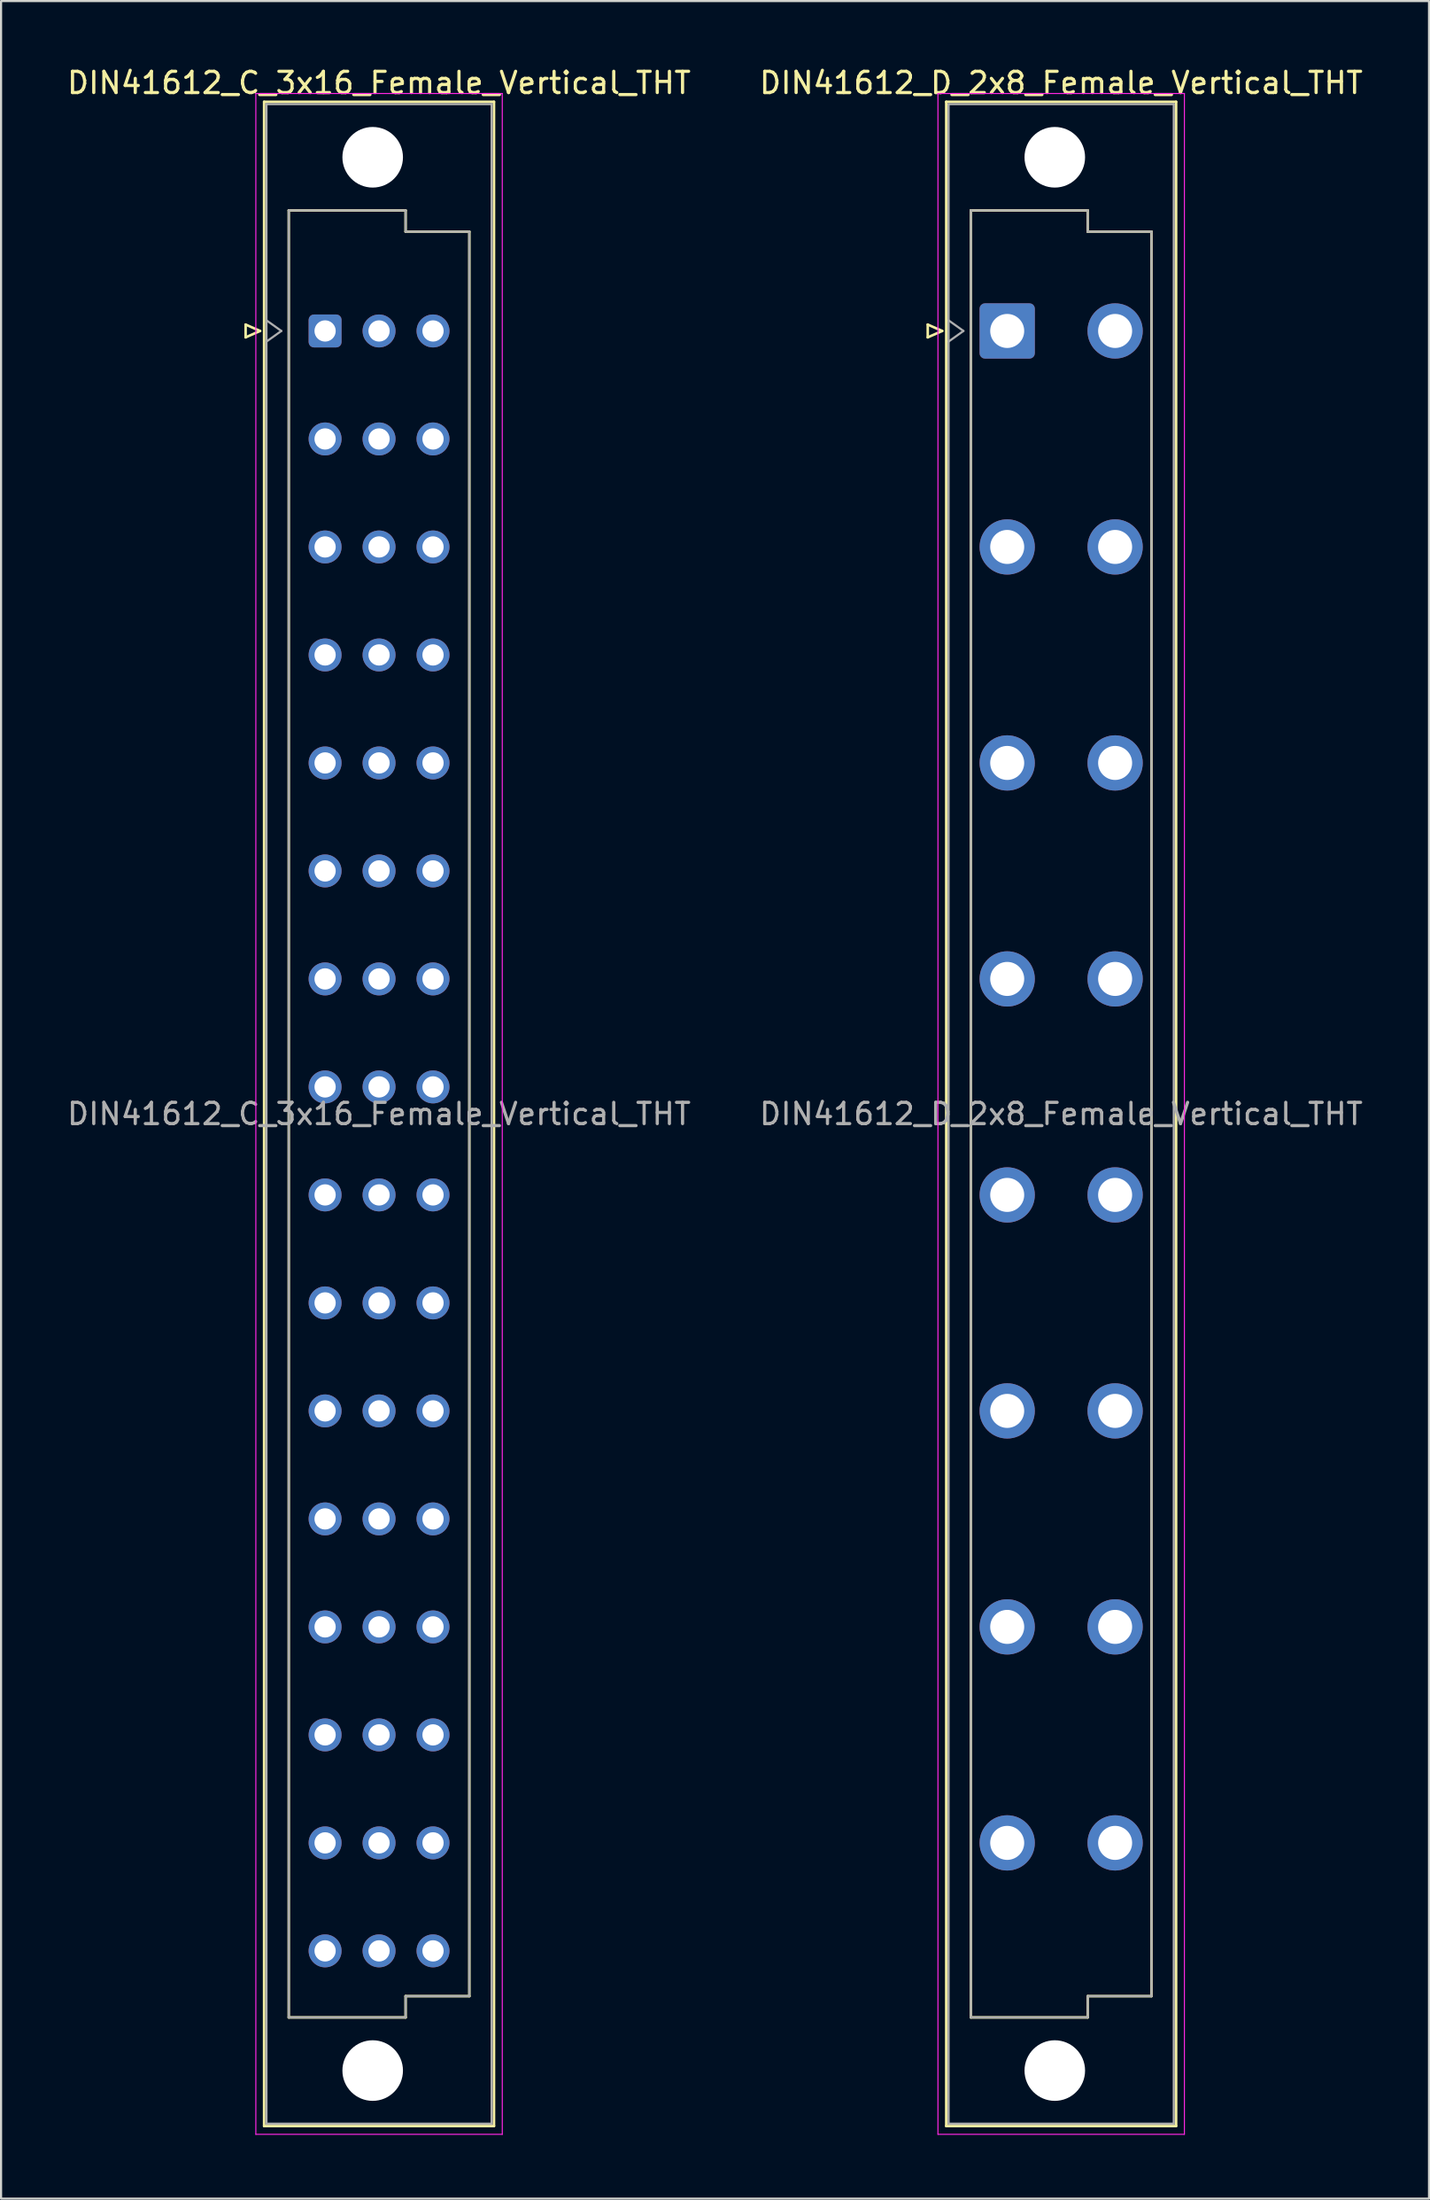
<source format=kicad_pcb>
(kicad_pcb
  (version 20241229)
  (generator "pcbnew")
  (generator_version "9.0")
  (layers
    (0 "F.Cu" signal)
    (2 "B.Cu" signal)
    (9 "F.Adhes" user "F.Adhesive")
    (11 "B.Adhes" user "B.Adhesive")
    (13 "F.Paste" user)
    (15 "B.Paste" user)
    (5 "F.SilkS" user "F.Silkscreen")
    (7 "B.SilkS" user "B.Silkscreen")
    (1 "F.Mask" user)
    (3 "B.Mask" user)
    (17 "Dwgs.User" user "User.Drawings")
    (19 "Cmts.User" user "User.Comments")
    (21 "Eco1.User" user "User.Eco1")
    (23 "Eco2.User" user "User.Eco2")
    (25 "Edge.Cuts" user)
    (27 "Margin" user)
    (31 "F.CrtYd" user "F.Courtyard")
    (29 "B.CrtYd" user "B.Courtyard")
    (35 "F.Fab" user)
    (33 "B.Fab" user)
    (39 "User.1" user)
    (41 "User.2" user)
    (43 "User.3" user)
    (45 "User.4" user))
  (footprint "DIN41612_D_2x8_Female_Vertical_THT"
    (layer "F.Cu")
    (at 44.359 9.978)
    (property "Reference" "DIN41612_D_2x8_Female_Vertical_THT" (at 2.54 -9.13 0) (layer "F.SilkS") (effects (font (size 1 1) (thickness 0.15))))
    (attr through_hole)
    (fp_line (start -3.74 2.24) (end -3.74 2.84) (stroke (width 0.12) (type solid)) (layer "F.SilkS"))
    (fp_line (start -3.74 2.84) (end -3.06 2.54) (stroke (width 0.12) (type solid)) (layer "F.SilkS"))
    (fp_line (start -3.06 2.54) (end -3.74 2.24) (stroke (width 0.12) (type solid)) (layer "F.SilkS"))
    (fp_line (start -2.87 -8.24) (end 7.95 -8.24) (stroke (width 0.12) (type solid)) (layer "F.SilkS"))
    (fp_line (start -2.87 86.98) (end -2.87 -8.24) (stroke (width 0.12) (type solid)) (layer "F.SilkS"))
    (fp_line (start -1.71 -3.131) (end 3.79 -3.131) (stroke (width 0.12) (type solid)) (layer "F.SilkS"))
    (fp_line (start -1.71 81.87) (end -1.71 -3.131) (stroke (width 0.12) (type solid)) (layer "F.SilkS"))
    (fp_line (start 3.79 -3.131) (end 3.79 -2.131) (stroke (width 0.12) (type solid)) (layer "F.SilkS"))
    (fp_line (start 3.79 -2.131) (end 6.79 -2.131) (stroke (width 0.12) (type solid)) (layer "F.SilkS"))
    (fp_line (start 3.79 80.87) (end 3.79 81.87) (stroke (width 0.12) (type solid)) (layer "F.SilkS"))
    (fp_line (start 3.79 81.87) (end -1.71 81.87) (stroke (width 0.12) (type solid)) (layer "F.SilkS"))
    (fp_line (start 6.79 -2.131) (end 6.79 80.87) (stroke (width 0.12) (type solid)) (layer "F.SilkS"))
    (fp_line (start 6.79 80.87) (end 3.79 80.87) (stroke (width 0.12) (type solid)) (layer "F.SilkS"))
    (fp_line (start 7.95 -8.24) (end 7.95 86.98) (stroke (width 0.12) (type solid)) (layer "F.SilkS"))
    (fp_line (start 7.95 86.98) (end -2.87 86.98) (stroke (width 0.12) (type solid)) (layer "F.SilkS"))
    (fp_line (start -3.26 -8.63) (end 8.34 -8.63) (stroke (width 0.05) (type solid)) (layer "F.CrtYd"))
    (fp_line (start -3.26 87.37) (end -3.26 -8.63) (stroke (width 0.05) (type solid)) (layer "F.CrtYd"))
    (fp_line (start 8.34 -8.63) (end 8.34 87.37) (stroke (width 0.05) (type solid)) (layer "F.CrtYd"))
    (fp_line (start 8.34 87.37) (end -3.26 87.37) (stroke (width 0.05) (type solid)) (layer "F.CrtYd"))
    (fp_line (start -2.76 -8.13) (end 7.84 -8.13) (stroke (width 0.1) (type solid)) (layer "F.Fab"))
    (fp_line (start -2.76 2.04) (end -2.06 2.54) (stroke (width 0.1) (type solid)) (layer "F.Fab"))
    (fp_line (start -2.76 86.87) (end -2.76 -8.13) (stroke (width 0.1) (type solid)) (layer "F.Fab"))
    (fp_line (start -2.06 2.54) (end -2.76 3.04) (stroke (width 0.1) (type solid)) (layer "F.Fab"))
    (fp_line (start -1.71 -3.13) (end 3.79 -3.13) (stroke (width 0.1) (type solid)) (layer "F.Fab"))
    (fp_line (start -1.71 81.87) (end -1.71 -3.13) (stroke (width 0.1) (type solid)) (layer "F.Fab"))
    (fp_line (start 3.79 -3.13) (end 3.79 -2.13) (stroke (width 0.1) (type solid)) (layer "F.Fab"))
    (fp_line (start 3.79 -2.13) (end 6.79 -2.13) (stroke (width 0.1) (type solid)) (layer "F.Fab"))
    (fp_line (start 3.79 80.87) (end 3.79 81.87) (stroke (width 0.1) (type solid)) (layer "F.Fab"))
    (fp_line (start 3.79 81.87) (end -1.71 81.87) (stroke (width 0.1) (type solid)) (layer "F.Fab"))
    (fp_line (start 6.79 -2.13) (end 6.79 80.87) (stroke (width 0.1) (type solid)) (layer "F.Fab"))
    (fp_line (start 6.79 80.87) (end 3.79 80.87) (stroke (width 0.1) (type solid)) (layer "F.Fab"))
    (fp_line (start 7.84 -8.13) (end 7.84 86.87) (stroke (width 0.1) (type solid)) (layer "F.Fab"))
    (fp_line (start 7.84 86.87) (end -2.76 86.87) (stroke (width 0.1) (type solid)) (layer "F.Fab"))
    (fp_text user "${REFERENCE}" (at 2.54 39.37 0) (layer "F.Fab") (effects (font (size 1 1) (thickness 0.15))))
    (pad "" np_thru_hole circle (at 2.24 -5.63) (size 2.85 2.85) (drill 2.85) (layers "*.Cu" "*.Mask"))
    (pad "" np_thru_hole circle (at 2.24 84.37) (size 2.85 2.85) (drill 2.85) (layers "*.Cu" "*.Mask"))
    (pad "a2" thru_hole roundrect (at 0 2.54) (size 2.6 2.6) (drill 1.6) (layers "*.Cu" "*.Mask") (roundrect_rratio 0.096))
    (pad "a6" thru_hole circle (at 0 12.7) (size 2.6 2.6) (drill 1.6) (layers "*.Cu" "*.Mask"))
    (pad "a10" thru_hole circle (at 0 22.86) (size 2.6 2.6) (drill 1.6) (layers "*.Cu" "*.Mask"))
    (pad "a14" thru_hole circle (at 0 33.02) (size 2.6 2.6) (drill 1.6) (layers "*.Cu" "*.Mask"))
    (pad "a18" thru_hole circle (at 0 43.18) (size 2.6 2.6) (drill 1.6) (layers "*.Cu" "*.Mask"))
    (pad "a22" thru_hole circle (at 0 53.34) (size 2.6 2.6) (drill 1.6) (layers "*.Cu" "*.Mask"))
    (pad "a26" thru_hole circle (at 0 63.5) (size 2.6 2.6) (drill 1.6) (layers "*.Cu" "*.Mask"))
    (pad "a30" thru_hole circle (at 0 73.66) (size 2.6 2.6) (drill 1.6) (layers "*.Cu" "*.Mask"))
    (pad "c2" thru_hole circle (at 5.08 2.54) (size 2.6 2.6) (drill 1.6) (layers "*.Cu" "*.Mask"))
    (pad "c6" thru_hole circle (at 5.08 12.7) (size 2.6 2.6) (drill 1.6) (layers "*.Cu" "*.Mask"))
    (pad "c10" thru_hole circle (at 5.08 22.86) (size 2.6 2.6) (drill 1.6) (layers "*.Cu" "*.Mask"))
    (pad "c14" thru_hole circle (at 5.08 33.02) (size 2.6 2.6) (drill 1.6) (layers "*.Cu" "*.Mask"))
    (pad "c18" thru_hole circle (at 5.08 43.18) (size 2.6 2.6) (drill 1.6) (layers "*.Cu" "*.Mask"))
    (pad "c22" thru_hole circle (at 5.08 53.34) (size 2.6 2.6) (drill 1.6) (layers "*.Cu" "*.Mask"))
    (pad "c26" thru_hole circle (at 5.08 63.5) (size 2.6 2.6) (drill 1.6) (layers "*.Cu" "*.Mask"))
    (pad "c30" thru_hole circle (at 5.08 73.66) (size 2.6 2.6) (drill 1.6) (layers "*.Cu" "*.Mask")))
  (footprint "DIN41612_C_3x16_Female_Vertical_THT"
    (layer "F.Cu")
    (at 12.252 9.978)
    (property "Reference" "DIN41612_C_3x16_Female_Vertical_THT" (at 2.54 -9.13 0) (layer "F.SilkS") (effects (font (size 1 1) (thickness 0.15))))
    (attr through_hole)
    (fp_line (start -3.74 2.24) (end -3.74 2.84) (stroke (width 0.12) (type solid)) (layer "F.SilkS"))
    (fp_line (start -3.74 2.84) (end -3.06 2.54) (stroke (width 0.12) (type solid)) (layer "F.SilkS"))
    (fp_line (start -3.06 2.54) (end -3.74 2.24) (stroke (width 0.12) (type solid)) (layer "F.SilkS"))
    (fp_line (start -2.87 -8.24) (end 7.95 -8.24) (stroke (width 0.12) (type solid)) (layer "F.SilkS"))
    (fp_line (start -2.87 86.98) (end -2.87 -8.24) (stroke (width 0.12) (type solid)) (layer "F.SilkS"))
    (fp_line (start -1.71 -3.131) (end 3.79 -3.131) (stroke (width 0.12) (type solid)) (layer "F.SilkS"))
    (fp_line (start -1.71 81.87) (end -1.71 -3.131) (stroke (width 0.12) (type solid)) (layer "F.SilkS"))
    (fp_line (start 3.79 -3.131) (end 3.79 -2.131) (stroke (width 0.12) (type solid)) (layer "F.SilkS"))
    (fp_line (start 3.79 -2.131) (end 6.79 -2.131) (stroke (width 0.12) (type solid)) (layer "F.SilkS"))
    (fp_line (start 3.79 80.87) (end 3.79 81.87) (stroke (width 0.12) (type solid)) (layer "F.SilkS"))
    (fp_line (start 3.79 81.87) (end -1.71 81.87) (stroke (width 0.12) (type solid)) (layer "F.SilkS"))
    (fp_line (start 6.79 -2.131) (end 6.79 80.87) (stroke (width 0.12) (type solid)) (layer "F.SilkS"))
    (fp_line (start 6.79 80.87) (end 3.79 80.87) (stroke (width 0.12) (type solid)) (layer "F.SilkS"))
    (fp_line (start 7.95 -8.24) (end 7.95 86.98) (stroke (width 0.12) (type solid)) (layer "F.SilkS"))
    (fp_line (start 7.95 86.98) (end -2.87 86.98) (stroke (width 0.12) (type solid)) (layer "F.SilkS"))
    (fp_line (start -3.26 -8.63) (end 8.34 -8.63) (stroke (width 0.05) (type solid)) (layer "F.CrtYd"))
    (fp_line (start -3.26 87.37) (end -3.26 -8.63) (stroke (width 0.05) (type solid)) (layer "F.CrtYd"))
    (fp_line (start 8.34 -8.63) (end 8.34 87.37) (stroke (width 0.05) (type solid)) (layer "F.CrtYd"))
    (fp_line (start 8.34 87.37) (end -3.26 87.37) (stroke (width 0.05) (type solid)) (layer "F.CrtYd"))
    (fp_line (start -2.76 -8.13) (end 7.84 -8.13) (stroke (width 0.1) (type solid)) (layer "F.Fab"))
    (fp_line (start -2.76 2.04) (end -2.06 2.54) (stroke (width 0.1) (type solid)) (layer "F.Fab"))
    (fp_line (start -2.76 86.87) (end -2.76 -8.13) (stroke (width 0.1) (type solid)) (layer "F.Fab"))
    (fp_line (start -2.06 2.54) (end -2.76 3.04) (stroke (width 0.1) (type solid)) (layer "F.Fab"))
    (fp_line (start -1.71 -3.13) (end 3.79 -3.13) (stroke (width 0.1) (type solid)) (layer "F.Fab"))
    (fp_line (start -1.71 81.87) (end -1.71 -3.13) (stroke (width 0.1) (type solid)) (layer "F.Fab"))
    (fp_line (start 3.79 -3.13) (end 3.79 -2.13) (stroke (width 0.1) (type solid)) (layer "F.Fab"))
    (fp_line (start 3.79 -2.13) (end 6.79 -2.13) (stroke (width 0.1) (type solid)) (layer "F.Fab"))
    (fp_line (start 3.79 80.87) (end 3.79 81.87) (stroke (width 0.1) (type solid)) (layer "F.Fab"))
    (fp_line (start 3.79 81.87) (end -1.71 81.87) (stroke (width 0.1) (type solid)) (layer "F.Fab"))
    (fp_line (start 6.79 -2.13) (end 6.79 80.87) (stroke (width 0.1) (type solid)) (layer "F.Fab"))
    (fp_line (start 6.79 80.87) (end 3.79 80.87) (stroke (width 0.1) (type solid)) (layer "F.Fab"))
    (fp_line (start 7.84 -8.13) (end 7.84 86.87) (stroke (width 0.1) (type solid)) (layer "F.Fab"))
    (fp_line (start 7.84 86.87) (end -2.76 86.87) (stroke (width 0.1) (type solid)) (layer "F.Fab"))
    (fp_text user "${REFERENCE}" (at 2.54 39.37 0) (layer "F.Fab") (effects (font (size 1 1) (thickness 0.15))))
    (pad "" np_thru_hole circle (at 2.24 -5.63) (size 2.85 2.85) (drill 2.85) (layers "*.Cu" "*.Mask"))
    (pad "" np_thru_hole circle (at 2.24 84.37) (size 2.85 2.85) (drill 2.85) (layers "*.Cu" "*.Mask"))
    (pad "a2" thru_hole roundrect (at 0 2.54) (size 1.55 1.55) (drill 1) (layers "*.Cu" "*.Mask") (roundrect_rratio 0.161))
    (pad "a4" thru_hole circle (at 0 7.62) (size 1.55 1.55) (drill 1) (layers "*.Cu" "*.Mask"))
    (pad "a6" thru_hole circle (at 0 12.7) (size 1.55 1.55) (drill 1) (layers "*.Cu" "*.Mask"))
    (pad "a8" thru_hole circle (at 0 17.78) (size 1.55 1.55) (drill 1) (layers "*.Cu" "*.Mask"))
    (pad "a10" thru_hole circle (at 0 22.86) (size 1.55 1.55) (drill 1) (layers "*.Cu" "*.Mask"))
    (pad "a12" thru_hole circle (at 0 27.94) (size 1.55 1.55) (drill 1) (layers "*.Cu" "*.Mask"))
    (pad "a14" thru_hole circle (at 0 33.02) (size 1.55 1.55) (drill 1) (layers "*.Cu" "*.Mask"))
    (pad "a16" thru_hole circle (at 0 38.1) (size 1.55 1.55) (drill 1) (layers "*.Cu" "*.Mask"))
    (pad "a18" thru_hole circle (at 0 43.18) (size 1.55 1.55) (drill 1) (layers "*.Cu" "*.Mask"))
    (pad "a20" thru_hole circle (at 0 48.26) (size 1.55 1.55) (drill 1) (layers "*.Cu" "*.Mask"))
    (pad "a22" thru_hole circle (at 0 53.34) (size 1.55 1.55) (drill 1) (layers "*.Cu" "*.Mask"))
    (pad "a24" thru_hole circle (at 0 58.42) (size 1.55 1.55) (drill 1) (layers "*.Cu" "*.Mask"))
    (pad "a26" thru_hole circle (at 0 63.5) (size 1.55 1.55) (drill 1) (layers "*.Cu" "*.Mask"))
    (pad "a28" thru_hole circle (at 0 68.58) (size 1.55 1.55) (drill 1) (layers "*.Cu" "*.Mask"))
    (pad "a30" thru_hole circle (at 0 73.66) (size 1.55 1.55) (drill 1) (layers "*.Cu" "*.Mask"))
    (pad "a32" thru_hole circle (at 0 78.74) (size 1.55 1.55) (drill 1) (layers "*.Cu" "*.Mask"))
    (pad "b2" thru_hole circle (at 2.54 2.54) (size 1.55 1.55) (drill 1) (layers "*.Cu" "*.Mask"))
    (pad "b4" thru_hole circle (at 2.54 7.62) (size 1.55 1.55) (drill 1) (layers "*.Cu" "*.Mask"))
    (pad "b6" thru_hole circle (at 2.54 12.7) (size 1.55 1.55) (drill 1) (layers "*.Cu" "*.Mask"))
    (pad "b8" thru_hole circle (at 2.54 17.78) (size 1.55 1.55) (drill 1) (layers "*.Cu" "*.Mask"))
    (pad "b10" thru_hole circle (at 2.54 22.86) (size 1.55 1.55) (drill 1) (layers "*.Cu" "*.Mask"))
    (pad "b12" thru_hole circle (at 2.54 27.94) (size 1.55 1.55) (drill 1) (layers "*.Cu" "*.Mask"))
    (pad "b14" thru_hole circle (at 2.54 33.02) (size 1.55 1.55) (drill 1) (layers "*.Cu" "*.Mask"))
    (pad "b16" thru_hole circle (at 2.54 38.1) (size 1.55 1.55) (drill 1) (layers "*.Cu" "*.Mask"))
    (pad "b18" thru_hole circle (at 2.54 43.18) (size 1.55 1.55) (drill 1) (layers "*.Cu" "*.Mask"))
    (pad "b20" thru_hole circle (at 2.54 48.26) (size 1.55 1.55) (drill 1) (layers "*.Cu" "*.Mask"))
    (pad "b22" thru_hole circle (at 2.54 53.34) (size 1.55 1.55) (drill 1) (layers "*.Cu" "*.Mask"))
    (pad "b24" thru_hole circle (at 2.54 58.42) (size 1.55 1.55) (drill 1) (layers "*.Cu" "*.Mask"))
    (pad "b26" thru_hole circle (at 2.54 63.5) (size 1.55 1.55) (drill 1) (layers "*.Cu" "*.Mask"))
    (pad "b28" thru_hole circle (at 2.54 68.58) (size 1.55 1.55) (drill 1) (layers "*.Cu" "*.Mask"))
    (pad "b30" thru_hole circle (at 2.54 73.66) (size 1.55 1.55) (drill 1) (layers "*.Cu" "*.Mask"))
    (pad "b32" thru_hole circle (at 2.54 78.74) (size 1.55 1.55) (drill 1) (layers "*.Cu" "*.Mask"))
    (pad "c2" thru_hole circle (at 5.08 2.54) (size 1.55 1.55) (drill 1) (layers "*.Cu" "*.Mask"))
    (pad "c4" thru_hole circle (at 5.08 7.62) (size 1.55 1.55) (drill 1) (layers "*.Cu" "*.Mask"))
    (pad "c6" thru_hole circle (at 5.08 12.7) (size 1.55 1.55) (drill 1) (layers "*.Cu" "*.Mask"))
    (pad "c8" thru_hole circle (at 5.08 17.78) (size 1.55 1.55) (drill 1) (layers "*.Cu" "*.Mask"))
    (pad "c10" thru_hole circle (at 5.08 22.86) (size 1.55 1.55) (drill 1) (layers "*.Cu" "*.Mask"))
    (pad "c12" thru_hole circle (at 5.08 27.94) (size 1.55 1.55) (drill 1) (layers "*.Cu" "*.Mask"))
    (pad "c14" thru_hole circle (at 5.08 33.02) (size 1.55 1.55) (drill 1) (layers "*.Cu" "*.Mask"))
    (pad "c16" thru_hole circle (at 5.08 38.1) (size 1.55 1.55) (drill 1) (layers "*.Cu" "*.Mask"))
    (pad "c18" thru_hole circle (at 5.08 43.18) (size 1.55 1.55) (drill 1) (layers "*.Cu" "*.Mask"))
    (pad "c20" thru_hole circle (at 5.08 48.26) (size 1.55 1.55) (drill 1) (layers "*.Cu" "*.Mask"))
    (pad "c22" thru_hole circle (at 5.08 53.34) (size 1.55 1.55) (drill 1) (layers "*.Cu" "*.Mask"))
    (pad "c24" thru_hole circle (at 5.08 58.42) (size 1.55 1.55) (drill 1) (layers "*.Cu" "*.Mask"))
    (pad "c26" thru_hole circle (at 5.08 63.5) (size 1.55 1.55) (drill 1) (layers "*.Cu" "*.Mask"))
    (pad "c28" thru_hole circle (at 5.08 68.58) (size 1.55 1.55) (drill 1) (layers "*.Cu" "*.Mask"))
    (pad "c30" thru_hole circle (at 5.08 73.66) (size 1.55 1.55) (drill 1) (layers "*.Cu" "*.Mask"))
    (pad "c32" thru_hole circle (at 5.08 78.74) (size 1.55 1.55) (drill 1) (layers "*.Cu" "*.Mask")))
  (gr_rect
    (start -3 -3)
    (end 64.214 100.373)
    (stroke (width 0.1) (type default))
    (fill no)
    (layer "Edge.Cuts")))
</source>
